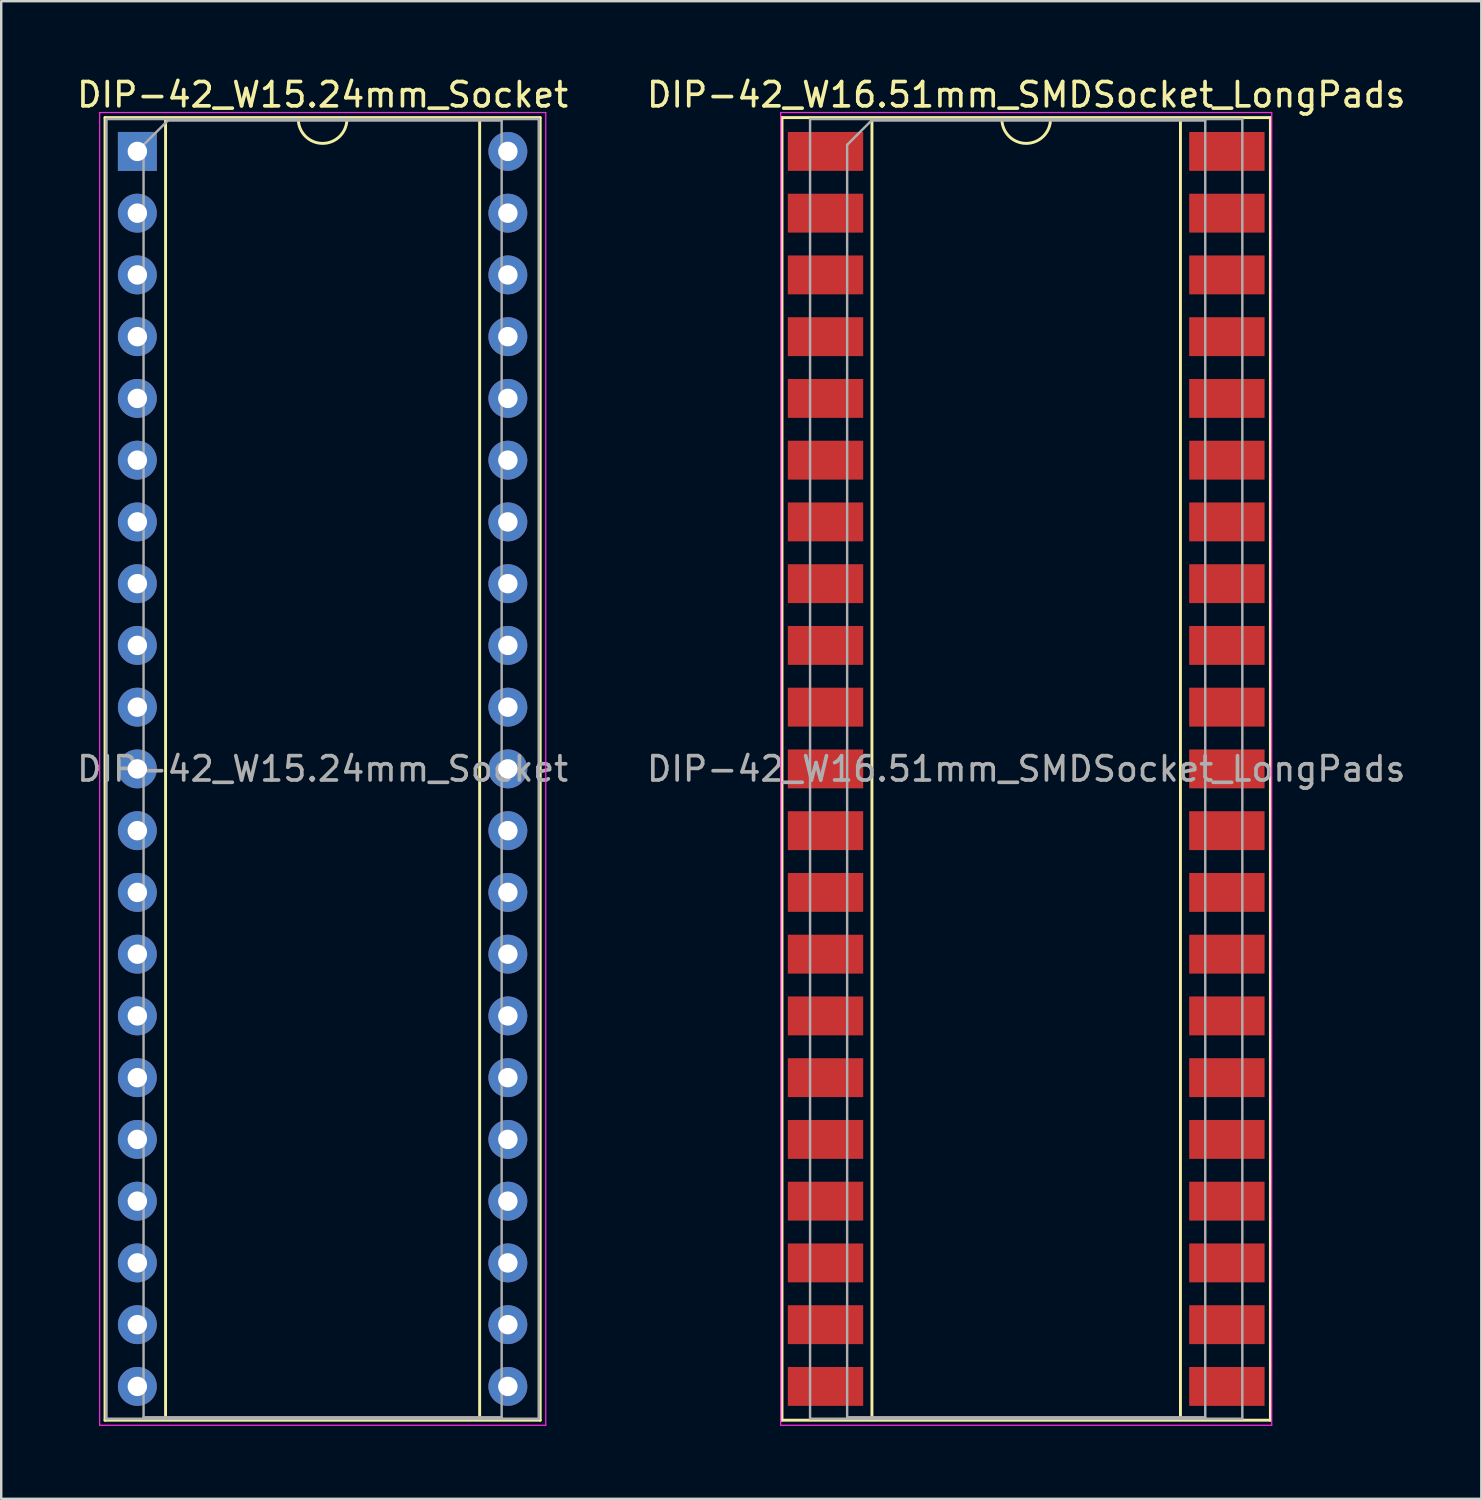
<source format=kicad_pcb>
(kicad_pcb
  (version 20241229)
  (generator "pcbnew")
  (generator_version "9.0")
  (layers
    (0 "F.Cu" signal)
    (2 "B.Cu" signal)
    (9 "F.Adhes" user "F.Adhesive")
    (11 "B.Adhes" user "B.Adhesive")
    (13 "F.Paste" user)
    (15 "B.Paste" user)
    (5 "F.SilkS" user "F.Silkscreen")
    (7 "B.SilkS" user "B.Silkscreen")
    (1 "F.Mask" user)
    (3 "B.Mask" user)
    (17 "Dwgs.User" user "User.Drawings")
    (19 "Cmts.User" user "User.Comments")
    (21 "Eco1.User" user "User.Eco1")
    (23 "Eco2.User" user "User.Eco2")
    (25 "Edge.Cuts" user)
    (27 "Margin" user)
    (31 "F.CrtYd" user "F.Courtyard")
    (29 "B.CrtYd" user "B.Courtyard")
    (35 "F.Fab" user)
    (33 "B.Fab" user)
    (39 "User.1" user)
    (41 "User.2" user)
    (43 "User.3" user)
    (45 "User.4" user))
  (footprint "DIP-42_W16.51mm_SMDSocket_LongPads"
    (layer "F.Cu")
    (at 39.161 28.578)
    (property "Reference" "DIP-42_W16.51mm_SMDSocket_LongPads" (at 0 -27.73 0) (layer "F.SilkS") (effects (font (size 1 1) (thickness 0.15))))
    (attr smd)
    (fp_line (start -10.045 -26.79) (end -10.045 26.79) (stroke (width 0.12) (type solid)) (layer "F.SilkS"))
    (fp_line (start -10.045 26.79) (end 10.045 26.79) (stroke (width 0.12) (type solid)) (layer "F.SilkS"))
    (fp_line (start -6.345 -26.73) (end -6.345 26.73) (stroke (width 0.12) (type solid)) (layer "F.SilkS"))
    (fp_line (start -6.345 26.73) (end 6.345 26.73) (stroke (width 0.12) (type solid)) (layer "F.SilkS"))
    (fp_line (start -1 -26.73) (end -6.345 -26.73) (stroke (width 0.12) (type solid)) (layer "F.SilkS"))
    (fp_line (start 6.345 -26.73) (end 1 -26.73) (stroke (width 0.12) (type solid)) (layer "F.SilkS"))
    (fp_line (start 6.345 26.73) (end 6.345 -26.73) (stroke (width 0.12) (type solid)) (layer "F.SilkS"))
    (fp_line (start 10.045 -26.79) (end -10.045 -26.79) (stroke (width 0.12) (type solid)) (layer "F.SilkS"))
    (fp_line (start 10.045 26.79) (end 10.045 -26.79) (stroke (width 0.12) (type solid)) (layer "F.SilkS"))
    (fp_arc (start 1 -26.73) (mid 0 -25.73) (end -1 -26.73) (stroke (width 0.12) (type solid)) (layer "F.SilkS"))
    (fp_line (start -10.1 -27) (end -10.1 27) (stroke (width 0.05) (type solid)) (layer "F.CrtYd"))
    (fp_line (start -10.1 27) (end 10.1 27) (stroke (width 0.05) (type solid)) (layer "F.CrtYd"))
    (fp_line (start 10.1 -27) (end -10.1 -27) (stroke (width 0.05) (type solid)) (layer "F.CrtYd"))
    (fp_line (start 10.1 27) (end 10.1 -27) (stroke (width 0.05) (type solid)) (layer "F.CrtYd"))
    (fp_line (start -8.89 -26.73) (end -8.89 26.73) (stroke (width 0.1) (type solid)) (layer "F.Fab"))
    (fp_line (start -8.89 26.73) (end 8.89 26.73) (stroke (width 0.1) (type solid)) (layer "F.Fab"))
    (fp_line (start -7.365 -25.67) (end -6.365 -26.67) (stroke (width 0.1) (type solid)) (layer "F.Fab"))
    (fp_line (start -7.365 26.67) (end -7.365 -25.67) (stroke (width 0.1) (type solid)) (layer "F.Fab"))
    (fp_line (start -6.365 -26.67) (end 7.365 -26.67) (stroke (width 0.1) (type solid)) (layer "F.Fab"))
    (fp_line (start 7.365 -26.67) (end 7.365 26.67) (stroke (width 0.1) (type solid)) (layer "F.Fab"))
    (fp_line (start 7.365 26.67) (end -7.365 26.67) (stroke (width 0.1) (type solid)) (layer "F.Fab"))
    (fp_line (start 8.89 -26.73) (end -8.89 -26.73) (stroke (width 0.1) (type solid)) (layer "F.Fab"))
    (fp_line (start 8.89 26.73) (end 8.89 -26.73) (stroke (width 0.1) (type solid)) (layer "F.Fab"))
    (fp_text user "${REFERENCE}" (at 0 0 0) (layer "F.Fab") (effects (font (size 1 1) (thickness 0.15))))
    (pad "1" smd rect (at -8.255 -25.4) (size 3.1 1.6) (layers "F.Cu" "F.Mask" "F.Paste"))
    (pad "2" smd rect (at -8.255 -22.86) (size 3.1 1.6) (layers "F.Cu" "F.Mask" "F.Paste"))
    (pad "3" smd rect (at -8.255 -20.32) (size 3.1 1.6) (layers "F.Cu" "F.Mask" "F.Paste"))
    (pad "4" smd rect (at -8.255 -17.78) (size 3.1 1.6) (layers "F.Cu" "F.Mask" "F.Paste"))
    (pad "5" smd rect (at -8.255 -15.24) (size 3.1 1.6) (layers "F.Cu" "F.Mask" "F.Paste"))
    (pad "6" smd rect (at -8.255 -12.7) (size 3.1 1.6) (layers "F.Cu" "F.Mask" "F.Paste"))
    (pad "7" smd rect (at -8.255 -10.16) (size 3.1 1.6) (layers "F.Cu" "F.Mask" "F.Paste"))
    (pad "8" smd rect (at -8.255 -7.62) (size 3.1 1.6) (layers "F.Cu" "F.Mask" "F.Paste"))
    (pad "9" smd rect (at -8.255 -5.08) (size 3.1 1.6) (layers "F.Cu" "F.Mask" "F.Paste"))
    (pad "10" smd rect (at -8.255 -2.54) (size 3.1 1.6) (layers "F.Cu" "F.Mask" "F.Paste"))
    (pad "11" smd rect (at -8.255 0) (size 3.1 1.6) (layers "F.Cu" "F.Mask" "F.Paste"))
    (pad "12" smd rect (at -8.255 2.54) (size 3.1 1.6) (layers "F.Cu" "F.Mask" "F.Paste"))
    (pad "13" smd rect (at -8.255 5.08) (size 3.1 1.6) (layers "F.Cu" "F.Mask" "F.Paste"))
    (pad "14" smd rect (at -8.255 7.62) (size 3.1 1.6) (layers "F.Cu" "F.Mask" "F.Paste"))
    (pad "15" smd rect (at -8.255 10.16) (size 3.1 1.6) (layers "F.Cu" "F.Mask" "F.Paste"))
    (pad "16" smd rect (at -8.255 12.7) (size 3.1 1.6) (layers "F.Cu" "F.Mask" "F.Paste"))
    (pad "17" smd rect (at -8.255 15.24) (size 3.1 1.6) (layers "F.Cu" "F.Mask" "F.Paste"))
    (pad "18" smd rect (at -8.255 17.78) (size 3.1 1.6) (layers "F.Cu" "F.Mask" "F.Paste"))
    (pad "19" smd rect (at -8.255 20.32) (size 3.1 1.6) (layers "F.Cu" "F.Mask" "F.Paste"))
    (pad "20" smd rect (at -8.255 22.86) (size 3.1 1.6) (layers "F.Cu" "F.Mask" "F.Paste"))
    (pad "21" smd rect (at -8.255 25.4) (size 3.1 1.6) (layers "F.Cu" "F.Mask" "F.Paste"))
    (pad "22" smd rect (at 8.255 25.4) (size 3.1 1.6) (layers "F.Cu" "F.Mask" "F.Paste"))
    (pad "23" smd rect (at 8.255 22.86) (size 3.1 1.6) (layers "F.Cu" "F.Mask" "F.Paste"))
    (pad "24" smd rect (at 8.255 20.32) (size 3.1 1.6) (layers "F.Cu" "F.Mask" "F.Paste"))
    (pad "25" smd rect (at 8.255 17.78) (size 3.1 1.6) (layers "F.Cu" "F.Mask" "F.Paste"))
    (pad "26" smd rect (at 8.255 15.24) (size 3.1 1.6) (layers "F.Cu" "F.Mask" "F.Paste"))
    (pad "27" smd rect (at 8.255 12.7) (size 3.1 1.6) (layers "F.Cu" "F.Mask" "F.Paste"))
    (pad "28" smd rect (at 8.255 10.16) (size 3.1 1.6) (layers "F.Cu" "F.Mask" "F.Paste"))
    (pad "29" smd rect (at 8.255 7.62) (size 3.1 1.6) (layers "F.Cu" "F.Mask" "F.Paste"))
    (pad "30" smd rect (at 8.255 5.08) (size 3.1 1.6) (layers "F.Cu" "F.Mask" "F.Paste"))
    (pad "31" smd rect (at 8.255 2.54) (size 3.1 1.6) (layers "F.Cu" "F.Mask" "F.Paste"))
    (pad "32" smd rect (at 8.255 0) (size 3.1 1.6) (layers "F.Cu" "F.Mask" "F.Paste"))
    (pad "33" smd rect (at 8.255 -2.54) (size 3.1 1.6) (layers "F.Cu" "F.Mask" "F.Paste"))
    (pad "34" smd rect (at 8.255 -5.08) (size 3.1 1.6) (layers "F.Cu" "F.Mask" "F.Paste"))
    (pad "35" smd rect (at 8.255 -7.62) (size 3.1 1.6) (layers "F.Cu" "F.Mask" "F.Paste"))
    (pad "36" smd rect (at 8.255 -10.16) (size 3.1 1.6) (layers "F.Cu" "F.Mask" "F.Paste"))
    (pad "37" smd rect (at 8.255 -12.7) (size 3.1 1.6) (layers "F.Cu" "F.Mask" "F.Paste"))
    (pad "38" smd rect (at 8.255 -15.24) (size 3.1 1.6) (layers "F.Cu" "F.Mask" "F.Paste"))
    (pad "39" smd rect (at 8.255 -17.78) (size 3.1 1.6) (layers "F.Cu" "F.Mask" "F.Paste"))
    (pad "40" smd rect (at 8.255 -20.32) (size 3.1 1.6) (layers "F.Cu" "F.Mask" "F.Paste"))
    (pad "41" smd rect (at 8.255 -22.86) (size 3.1 1.6) (layers "F.Cu" "F.Mask" "F.Paste"))
    (pad "42" smd rect (at 8.255 -25.4) (size 3.1 1.6) (layers "F.Cu" "F.Mask" "F.Paste")))
  (footprint "DIP-42_W15.24mm_Socket"
    (layer "F.Cu")
    (at 2.6 3.178)
    (property "Reference" "DIP-42_W15.24mm_Socket" (at 7.62 -2.33 0) (layer "F.SilkS") (effects (font (size 1 1) (thickness 0.15))))
    (attr through_hole)
    (fp_line (start -1.33 -1.39) (end -1.33 52.19) (stroke (width 0.12) (type solid)) (layer "F.SilkS"))
    (fp_line (start -1.33 52.19) (end 16.57 52.19) (stroke (width 0.12) (type solid)) (layer "F.SilkS"))
    (fp_line (start 1.16 -1.33) (end 1.16 52.13) (stroke (width 0.12) (type solid)) (layer "F.SilkS"))
    (fp_line (start 1.16 52.13) (end 14.08 52.13) (stroke (width 0.12) (type solid)) (layer "F.SilkS"))
    (fp_line (start 6.62 -1.33) (end 1.16 -1.33) (stroke (width 0.12) (type solid)) (layer "F.SilkS"))
    (fp_line (start 14.08 -1.33) (end 8.62 -1.33) (stroke (width 0.12) (type solid)) (layer "F.SilkS"))
    (fp_line (start 14.08 52.13) (end 14.08 -1.33) (stroke (width 0.12) (type solid)) (layer "F.SilkS"))
    (fp_line (start 16.57 -1.39) (end -1.33 -1.39) (stroke (width 0.12) (type solid)) (layer "F.SilkS"))
    (fp_line (start 16.57 52.19) (end 16.57 -1.39) (stroke (width 0.12) (type solid)) (layer "F.SilkS"))
    (fp_arc (start 8.62 -1.33) (mid 7.62 -0.33) (end 6.62 -1.33) (stroke (width 0.12) (type solid)) (layer "F.SilkS"))
    (fp_line (start -1.55 -1.6) (end -1.55 52.4) (stroke (width 0.05) (type solid)) (layer "F.CrtYd"))
    (fp_line (start -1.55 52.4) (end 16.8 52.4) (stroke (width 0.05) (type solid)) (layer "F.CrtYd"))
    (fp_line (start 16.8 -1.6) (end -1.55 -1.6) (stroke (width 0.05) (type solid)) (layer "F.CrtYd"))
    (fp_line (start 16.8 52.4) (end 16.8 -1.6) (stroke (width 0.05) (type solid)) (layer "F.CrtYd"))
    (fp_line (start -1.27 -1.33) (end -1.27 52.13) (stroke (width 0.1) (type solid)) (layer "F.Fab"))
    (fp_line (start -1.27 52.13) (end 16.51 52.13) (stroke (width 0.1) (type solid)) (layer "F.Fab"))
    (fp_line (start 0.255 -0.27) (end 1.255 -1.27) (stroke (width 0.1) (type solid)) (layer "F.Fab"))
    (fp_line (start 0.255 52.07) (end 0.255 -0.27) (stroke (width 0.1) (type solid)) (layer "F.Fab"))
    (fp_line (start 1.255 -1.27) (end 14.985 -1.27) (stroke (width 0.1) (type solid)) (layer "F.Fab"))
    (fp_line (start 14.985 -1.27) (end 14.985 52.07) (stroke (width 0.1) (type solid)) (layer "F.Fab"))
    (fp_line (start 14.985 52.07) (end 0.255 52.07) (stroke (width 0.1) (type solid)) (layer "F.Fab"))
    (fp_line (start 16.51 -1.33) (end -1.27 -1.33) (stroke (width 0.1) (type solid)) (layer "F.Fab"))
    (fp_line (start 16.51 52.13) (end 16.51 -1.33) (stroke (width 0.1) (type solid)) (layer "F.Fab"))
    (fp_text user "${REFERENCE}" (at 7.62 25.4 0) (layer "F.Fab") (effects (font (size 1 1) (thickness 0.15))))
    (pad "1" thru_hole rect (at 0 0) (size 1.6 1.6) (drill 0.8) (layers "*.Cu" "*.Mask"))
    (pad "2" thru_hole oval (at 0 2.54) (size 1.6 1.6) (drill 0.8) (layers "*.Cu" "*.Mask"))
    (pad "3" thru_hole oval (at 0 5.08) (size 1.6 1.6) (drill 0.8) (layers "*.Cu" "*.Mask"))
    (pad "4" thru_hole oval (at 0 7.62) (size 1.6 1.6) (drill 0.8) (layers "*.Cu" "*.Mask"))
    (pad "5" thru_hole oval (at 0 10.16) (size 1.6 1.6) (drill 0.8) (layers "*.Cu" "*.Mask"))
    (pad "6" thru_hole oval (at 0 12.7) (size 1.6 1.6) (drill 0.8) (layers "*.Cu" "*.Mask"))
    (pad "7" thru_hole oval (at 0 15.24) (size 1.6 1.6) (drill 0.8) (layers "*.Cu" "*.Mask"))
    (pad "8" thru_hole oval (at 0 17.78) (size 1.6 1.6) (drill 0.8) (layers "*.Cu" "*.Mask"))
    (pad "9" thru_hole oval (at 0 20.32) (size 1.6 1.6) (drill 0.8) (layers "*.Cu" "*.Mask"))
    (pad "10" thru_hole oval (at 0 22.86) (size 1.6 1.6) (drill 0.8) (layers "*.Cu" "*.Mask"))
    (pad "11" thru_hole oval (at 0 25.4) (size 1.6 1.6) (drill 0.8) (layers "*.Cu" "*.Mask"))
    (pad "12" thru_hole oval (at 0 27.94) (size 1.6 1.6) (drill 0.8) (layers "*.Cu" "*.Mask"))
    (pad "13" thru_hole oval (at 0 30.48) (size 1.6 1.6) (drill 0.8) (layers "*.Cu" "*.Mask"))
    (pad "14" thru_hole oval (at 0 33.02) (size 1.6 1.6) (drill 0.8) (layers "*.Cu" "*.Mask"))
    (pad "15" thru_hole oval (at 0 35.56) (size 1.6 1.6) (drill 0.8) (layers "*.Cu" "*.Mask"))
    (pad "16" thru_hole oval (at 0 38.1) (size 1.6 1.6) (drill 0.8) (layers "*.Cu" "*.Mask"))
    (pad "17" thru_hole oval (at 0 40.64) (size 1.6 1.6) (drill 0.8) (layers "*.Cu" "*.Mask"))
    (pad "18" thru_hole oval (at 0 43.18) (size 1.6 1.6) (drill 0.8) (layers "*.Cu" "*.Mask"))
    (pad "19" thru_hole oval (at 0 45.72) (size 1.6 1.6) (drill 0.8) (layers "*.Cu" "*.Mask"))
    (pad "20" thru_hole oval (at 0 48.26) (size 1.6 1.6) (drill 0.8) (layers "*.Cu" "*.Mask"))
    (pad "21" thru_hole oval (at 0 50.8) (size 1.6 1.6) (drill 0.8) (layers "*.Cu" "*.Mask"))
    (pad "22" thru_hole oval (at 15.24 50.8) (size 1.6 1.6) (drill 0.8) (layers "*.Cu" "*.Mask"))
    (pad "23" thru_hole oval (at 15.24 48.26) (size 1.6 1.6) (drill 0.8) (layers "*.Cu" "*.Mask"))
    (pad "24" thru_hole oval (at 15.24 45.72) (size 1.6 1.6) (drill 0.8) (layers "*.Cu" "*.Mask"))
    (pad "25" thru_hole oval (at 15.24 43.18) (size 1.6 1.6) (drill 0.8) (layers "*.Cu" "*.Mask"))
    (pad "26" thru_hole oval (at 15.24 40.64) (size 1.6 1.6) (drill 0.8) (layers "*.Cu" "*.Mask"))
    (pad "27" thru_hole oval (at 15.24 38.1) (size 1.6 1.6) (drill 0.8) (layers "*.Cu" "*.Mask"))
    (pad "28" thru_hole oval (at 15.24 35.56) (size 1.6 1.6) (drill 0.8) (layers "*.Cu" "*.Mask"))
    (pad "29" thru_hole oval (at 15.24 33.02) (size 1.6 1.6) (drill 0.8) (layers "*.Cu" "*.Mask"))
    (pad "30" thru_hole oval (at 15.24 30.48) (size 1.6 1.6) (drill 0.8) (layers "*.Cu" "*.Mask"))
    (pad "31" thru_hole oval (at 15.24 27.94) (size 1.6 1.6) (drill 0.8) (layers "*.Cu" "*.Mask"))
    (pad "32" thru_hole oval (at 15.24 25.4) (size 1.6 1.6) (drill 0.8) (layers "*.Cu" "*.Mask"))
    (pad "33" thru_hole oval (at 15.24 22.86) (size 1.6 1.6) (drill 0.8) (layers "*.Cu" "*.Mask"))
    (pad "34" thru_hole oval (at 15.24 20.32) (size 1.6 1.6) (drill 0.8) (layers "*.Cu" "*.Mask"))
    (pad "35" thru_hole oval (at 15.24 17.78) (size 1.6 1.6) (drill 0.8) (layers "*.Cu" "*.Mask"))
    (pad "36" thru_hole oval (at 15.24 15.24) (size 1.6 1.6) (drill 0.8) (layers "*.Cu" "*.Mask"))
    (pad "37" thru_hole oval (at 15.24 12.7) (size 1.6 1.6) (drill 0.8) (layers "*.Cu" "*.Mask"))
    (pad "38" thru_hole oval (at 15.24 10.16) (size 1.6 1.6) (drill 0.8) (layers "*.Cu" "*.Mask"))
    (pad "39" thru_hole oval (at 15.24 7.62) (size 1.6 1.6) (drill 0.8) (layers "*.Cu" "*.Mask"))
    (pad "40" thru_hole oval (at 15.24 5.08) (size 1.6 1.6) (drill 0.8) (layers "*.Cu" "*.Mask"))
    (pad "41" thru_hole oval (at 15.24 2.54) (size 1.6 1.6) (drill 0.8) (layers "*.Cu" "*.Mask"))
    (pad "42" thru_hole oval (at 15.24 0) (size 1.6 1.6) (drill 0.8) (layers "*.Cu" "*.Mask")))
  (gr_rect
    (start -3 -3)
    (end 57.881 58.603)
    (stroke (width 0.1) (type default))
    (fill no)
    (layer "Edge.Cuts")))
</source>
